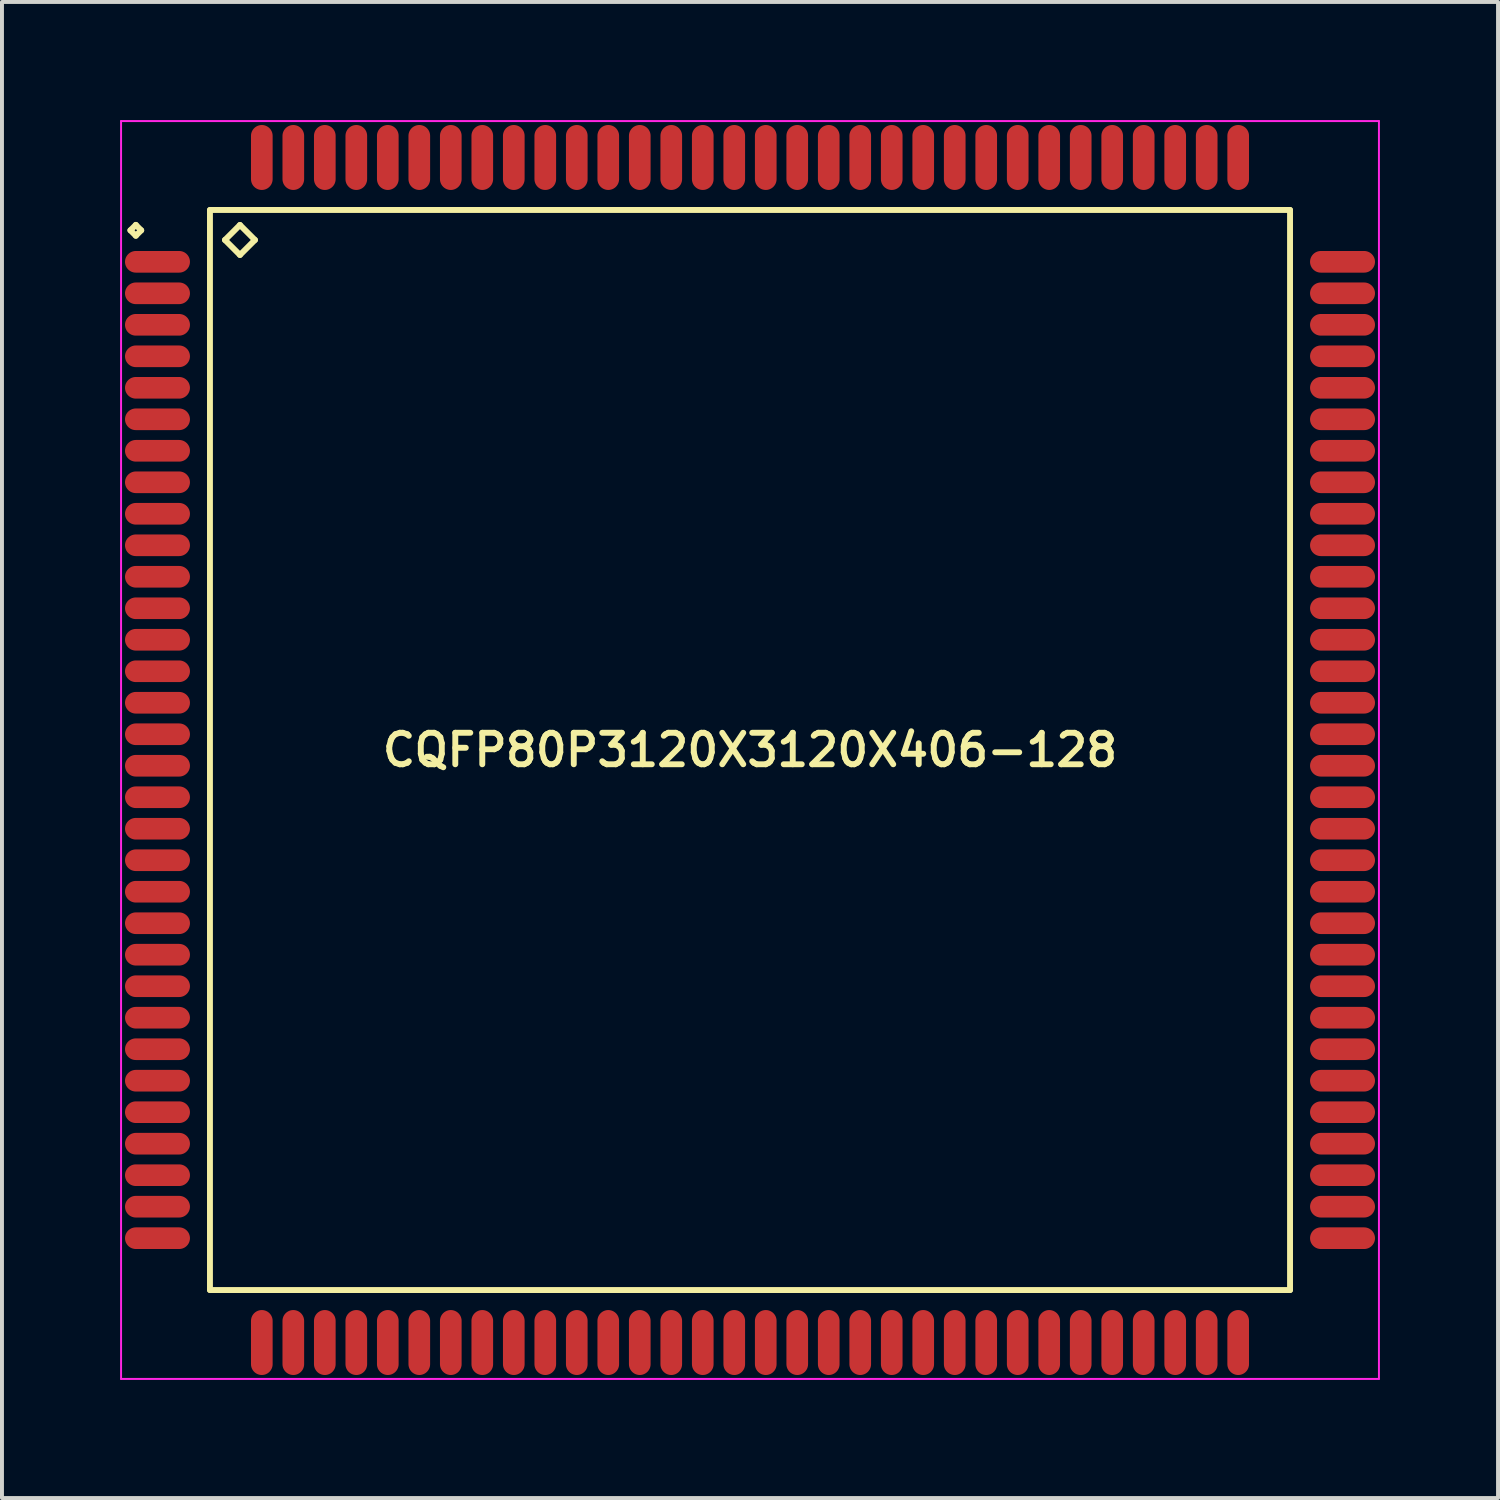
<source format=kicad_pcb>
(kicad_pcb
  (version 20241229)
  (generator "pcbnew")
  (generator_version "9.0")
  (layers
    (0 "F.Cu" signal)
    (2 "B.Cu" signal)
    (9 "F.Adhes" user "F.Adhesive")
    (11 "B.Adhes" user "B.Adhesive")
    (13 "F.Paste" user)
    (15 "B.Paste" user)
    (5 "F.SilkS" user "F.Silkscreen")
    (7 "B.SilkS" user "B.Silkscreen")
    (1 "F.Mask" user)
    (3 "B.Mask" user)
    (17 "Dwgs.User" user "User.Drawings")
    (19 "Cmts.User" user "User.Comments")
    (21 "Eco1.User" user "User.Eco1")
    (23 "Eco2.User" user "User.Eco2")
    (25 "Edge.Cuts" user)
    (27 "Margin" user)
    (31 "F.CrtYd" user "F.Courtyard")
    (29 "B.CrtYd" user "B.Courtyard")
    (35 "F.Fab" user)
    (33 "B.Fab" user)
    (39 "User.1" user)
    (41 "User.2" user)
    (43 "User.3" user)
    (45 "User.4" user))
  (footprint "CQFP80P3120X3120X406-128"
    (layer "F.Cu")
    (at 16 16)
    (property "Reference" "CQFP80P3120X3120X406-128" (at 0 0 0) (layer "F.SilkS") (effects (font (size 0.8 0.8) (thickness 0.15))))
    (attr smd)
    (fp_line (start -15.738 -13.2) (end -15.6 -13.338) (stroke (width 0.15) (type solid)) (layer "F.SilkS"))
    (fp_line (start -15.6 -13.338) (end -15.463 -13.2) (stroke (width 0.15) (type solid)) (layer "F.SilkS"))
    (fp_line (start -15.6 -13.062) (end -15.738 -13.2) (stroke (width 0.15) (type solid)) (layer "F.SilkS"))
    (fp_line (start -15.463 -13.2) (end -15.6 -13.062) (stroke (width 0.15) (type solid)) (layer "F.SilkS"))
    (fp_line (start -13.717 -13.717) (end -13.717 13.717) (stroke (width 0.15) (type solid)) (layer "F.SilkS"))
    (fp_line (start -13.717 13.717) (end 13.717 13.717) (stroke (width 0.15) (type solid)) (layer "F.SilkS"))
    (fp_line (start -13.336 -12.955) (end -12.955 -13.336) (stroke (width 0.15) (type solid)) (layer "F.SilkS"))
    (fp_line (start -12.955 -13.336) (end -12.574 -12.955) (stroke (width 0.15) (type solid)) (layer "F.SilkS"))
    (fp_line (start -12.955 -12.574) (end -13.336 -12.955) (stroke (width 0.15) (type solid)) (layer "F.SilkS"))
    (fp_line (start -12.574 -12.955) (end -12.955 -12.574) (stroke (width 0.15) (type solid)) (layer "F.SilkS"))
    (fp_line (start 13.717 -13.717) (end -13.717 -13.717) (stroke (width 0.15) (type solid)) (layer "F.SilkS"))
    (fp_line (start 13.717 13.717) (end 13.717 -13.717) (stroke (width 0.15) (type solid)) (layer "F.SilkS"))
    (fp_line (start -15.975 -15.975) (end 15.975 -15.975) (stroke (width 0.05) (type solid)) (layer "F.CrtYd"))
    (fp_line (start -15.975 15.975) (end -15.975 -15.975) (stroke (width 0.05) (type solid)) (layer "F.CrtYd"))
    (fp_line (start 15.975 -15.975) (end 15.975 15.975) (stroke (width 0.05) (type solid)) (layer "F.CrtYd"))
    (fp_line (start 15.975 15.975) (end -15.975 15.975) (stroke (width 0.05) (type solid)) (layer "F.CrtYd"))
    (pad "1" smd oval (at -15.05 -12.4) (size 1.65 0.55) (layers "F.Cu" "F.Mask" "F.Paste"))
    (pad "2" smd oval (at -15.05 -11.6) (size 1.65 0.55) (layers "F.Cu" "F.Mask" "F.Paste"))
    (pad "3" smd oval (at -15.05 -10.8) (size 1.65 0.55) (layers "F.Cu" "F.Mask" "F.Paste"))
    (pad "4" smd oval (at -15.05 -10) (size 1.65 0.55) (layers "F.Cu" "F.Mask" "F.Paste"))
    (pad "5" smd oval (at -15.05 -9.2) (size 1.65 0.55) (layers "F.Cu" "F.Mask" "F.Paste"))
    (pad "6" smd oval (at -15.05 -8.4) (size 1.65 0.55) (layers "F.Cu" "F.Mask" "F.Paste"))
    (pad "7" smd oval (at -15.05 -7.6) (size 1.65 0.55) (layers "F.Cu" "F.Mask" "F.Paste"))
    (pad "8" smd oval (at -15.05 -6.8) (size 1.65 0.55) (layers "F.Cu" "F.Mask" "F.Paste"))
    (pad "9" smd oval (at -15.05 -6) (size 1.65 0.55) (layers "F.Cu" "F.Mask" "F.Paste"))
    (pad "10" smd oval (at -15.05 -5.2) (size 1.65 0.55) (layers "F.Cu" "F.Mask" "F.Paste"))
    (pad "11" smd oval (at -15.05 -4.4) (size 1.65 0.55) (layers "F.Cu" "F.Mask" "F.Paste"))
    (pad "12" smd oval (at -15.05 -3.6) (size 1.65 0.55) (layers "F.Cu" "F.Mask" "F.Paste"))
    (pad "13" smd oval (at -15.05 -2.8) (size 1.65 0.55) (layers "F.Cu" "F.Mask" "F.Paste"))
    (pad "14" smd oval (at -15.05 -2) (size 1.65 0.55) (layers "F.Cu" "F.Mask" "F.Paste"))
    (pad "15" smd oval (at -15.05 -1.2) (size 1.65 0.55) (layers "F.Cu" "F.Mask" "F.Paste"))
    (pad "16" smd oval (at -15.05 -0.4) (size 1.65 0.55) (layers "F.Cu" "F.Mask" "F.Paste"))
    (pad "17" smd oval (at -15.05 0.4) (size 1.65 0.55) (layers "F.Cu" "F.Mask" "F.Paste"))
    (pad "18" smd oval (at -15.05 1.2) (size 1.65 0.55) (layers "F.Cu" "F.Mask" "F.Paste"))
    (pad "19" smd oval (at -15.05 2) (size 1.65 0.55) (layers "F.Cu" "F.Mask" "F.Paste"))
    (pad "20" smd oval (at -15.05 2.8) (size 1.65 0.55) (layers "F.Cu" "F.Mask" "F.Paste"))
    (pad "21" smd oval (at -15.05 3.6) (size 1.65 0.55) (layers "F.Cu" "F.Mask" "F.Paste"))
    (pad "22" smd oval (at -15.05 4.4) (size 1.65 0.55) (layers "F.Cu" "F.Mask" "F.Paste"))
    (pad "23" smd oval (at -15.05 5.2) (size 1.65 0.55) (layers "F.Cu" "F.Mask" "F.Paste"))
    (pad "24" smd oval (at -15.05 6) (size 1.65 0.55) (layers "F.Cu" "F.Mask" "F.Paste"))
    (pad "25" smd oval (at -15.05 6.8) (size 1.65 0.55) (layers "F.Cu" "F.Mask" "F.Paste"))
    (pad "26" smd oval (at -15.05 7.6) (size 1.65 0.55) (layers "F.Cu" "F.Mask" "F.Paste"))
    (pad "27" smd oval (at -15.05 8.4) (size 1.65 0.55) (layers "F.Cu" "F.Mask" "F.Paste"))
    (pad "28" smd oval (at -15.05 9.2) (size 1.65 0.55) (layers "F.Cu" "F.Mask" "F.Paste"))
    (pad "29" smd oval (at -15.05 10) (size 1.65 0.55) (layers "F.Cu" "F.Mask" "F.Paste"))
    (pad "30" smd oval (at -15.05 10.8) (size 1.65 0.55) (layers "F.Cu" "F.Mask" "F.Paste"))
    (pad "31" smd oval (at -15.05 11.6) (size 1.65 0.55) (layers "F.Cu" "F.Mask" "F.Paste"))
    (pad "32" smd oval (at -15.05 12.4) (size 1.65 0.55) (layers "F.Cu" "F.Mask" "F.Paste"))
    (pad "33" smd oval (at -12.4 15.05) (size 0.55 1.65) (layers "F.Cu" "F.Mask" "F.Paste"))
    (pad "34" smd oval (at -11.6 15.05) (size 0.55 1.65) (layers "F.Cu" "F.Mask" "F.Paste"))
    (pad "35" smd oval (at -10.8 15.05) (size 0.55 1.65) (layers "F.Cu" "F.Mask" "F.Paste"))
    (pad "36" smd oval (at -10 15.05) (size 0.55 1.65) (layers "F.Cu" "F.Mask" "F.Paste"))
    (pad "37" smd oval (at -9.2 15.05) (size 0.55 1.65) (layers "F.Cu" "F.Mask" "F.Paste"))
    (pad "38" smd oval (at -8.4 15.05) (size 0.55 1.65) (layers "F.Cu" "F.Mask" "F.Paste"))
    (pad "39" smd oval (at -7.6 15.05) (size 0.55 1.65) (layers "F.Cu" "F.Mask" "F.Paste"))
    (pad "40" smd oval (at -6.8 15.05) (size 0.55 1.65) (layers "F.Cu" "F.Mask" "F.Paste"))
    (pad "41" smd oval (at -6 15.05) (size 0.55 1.65) (layers "F.Cu" "F.Mask" "F.Paste"))
    (pad "42" smd oval (at -5.2 15.05) (size 0.55 1.65) (layers "F.Cu" "F.Mask" "F.Paste"))
    (pad "43" smd oval (at -4.4 15.05) (size 0.55 1.65) (layers "F.Cu" "F.Mask" "F.Paste"))
    (pad "44" smd oval (at -3.6 15.05) (size 0.55 1.65) (layers "F.Cu" "F.Mask" "F.Paste"))
    (pad "45" smd oval (at -2.8 15.05) (size 0.55 1.65) (layers "F.Cu" "F.Mask" "F.Paste"))
    (pad "46" smd oval (at -2 15.05) (size 0.55 1.65) (layers "F.Cu" "F.Mask" "F.Paste"))
    (pad "47" smd oval (at -1.2 15.05) (size 0.55 1.65) (layers "F.Cu" "F.Mask" "F.Paste"))
    (pad "48" smd oval (at -0.4 15.05) (size 0.55 1.65) (layers "F.Cu" "F.Mask" "F.Paste"))
    (pad "49" smd oval (at 0.4 15.05) (size 0.55 1.65) (layers "F.Cu" "F.Mask" "F.Paste"))
    (pad "50" smd oval (at 1.2 15.05) (size 0.55 1.65) (layers "F.Cu" "F.Mask" "F.Paste"))
    (pad "51" smd oval (at 2 15.05) (size 0.55 1.65) (layers "F.Cu" "F.Mask" "F.Paste"))
    (pad "52" smd oval (at 2.8 15.05) (size 0.55 1.65) (layers "F.Cu" "F.Mask" "F.Paste"))
    (pad "53" smd oval (at 3.6 15.05) (size 0.55 1.65) (layers "F.Cu" "F.Mask" "F.Paste"))
    (pad "54" smd oval (at 4.4 15.05) (size 0.55 1.65) (layers "F.Cu" "F.Mask" "F.Paste"))
    (pad "55" smd oval (at 5.2 15.05) (size 0.55 1.65) (layers "F.Cu" "F.Mask" "F.Paste"))
    (pad "56" smd oval (at 6 15.05) (size 0.55 1.65) (layers "F.Cu" "F.Mask" "F.Paste"))
    (pad "57" smd oval (at 6.8 15.05) (size 0.55 1.65) (layers "F.Cu" "F.Mask" "F.Paste"))
    (pad "58" smd oval (at 7.6 15.05) (size 0.55 1.65) (layers "F.Cu" "F.Mask" "F.Paste"))
    (pad "59" smd oval (at 8.4 15.05) (size 0.55 1.65) (layers "F.Cu" "F.Mask" "F.Paste"))
    (pad "60" smd oval (at 9.2 15.05) (size 0.55 1.65) (layers "F.Cu" "F.Mask" "F.Paste"))
    (pad "61" smd oval (at 10 15.05) (size 0.55 1.65) (layers "F.Cu" "F.Mask" "F.Paste"))
    (pad "62" smd oval (at 10.8 15.05) (size 0.55 1.65) (layers "F.Cu" "F.Mask" "F.Paste"))
    (pad "63" smd oval (at 11.6 15.05) (size 0.55 1.65) (layers "F.Cu" "F.Mask" "F.Paste"))
    (pad "64" smd oval (at 12.4 15.05) (size 0.55 1.65) (layers "F.Cu" "F.Mask" "F.Paste"))
    (pad "65" smd oval (at 15.05 12.4) (size 1.65 0.55) (layers "F.Cu" "F.Mask" "F.Paste"))
    (pad "66" smd oval (at 15.05 11.6) (size 1.65 0.55) (layers "F.Cu" "F.Mask" "F.Paste"))
    (pad "67" smd oval (at 15.05 10.8) (size 1.65 0.55) (layers "F.Cu" "F.Mask" "F.Paste"))
    (pad "68" smd oval (at 15.05 10) (size 1.65 0.55) (layers "F.Cu" "F.Mask" "F.Paste"))
    (pad "69" smd oval (at 15.05 9.2) (size 1.65 0.55) (layers "F.Cu" "F.Mask" "F.Paste"))
    (pad "70" smd oval (at 15.05 8.4) (size 1.65 0.55) (layers "F.Cu" "F.Mask" "F.Paste"))
    (pad "71" smd oval (at 15.05 7.6) (size 1.65 0.55) (layers "F.Cu" "F.Mask" "F.Paste"))
    (pad "72" smd oval (at 15.05 6.8) (size 1.65 0.55) (layers "F.Cu" "F.Mask" "F.Paste"))
    (pad "73" smd oval (at 15.05 6) (size 1.65 0.55) (layers "F.Cu" "F.Mask" "F.Paste"))
    (pad "74" smd oval (at 15.05 5.2) (size 1.65 0.55) (layers "F.Cu" "F.Mask" "F.Paste"))
    (pad "75" smd oval (at 15.05 4.4) (size 1.65 0.55) (layers "F.Cu" "F.Mask" "F.Paste"))
    (pad "76" smd oval (at 15.05 3.6) (size 1.65 0.55) (layers "F.Cu" "F.Mask" "F.Paste"))
    (pad "77" smd oval (at 15.05 2.8) (size 1.65 0.55) (layers "F.Cu" "F.Mask" "F.Paste"))
    (pad "78" smd oval (at 15.05 2) (size 1.65 0.55) (layers "F.Cu" "F.Mask" "F.Paste"))
    (pad "79" smd oval (at 15.05 1.2) (size 1.65 0.55) (layers "F.Cu" "F.Mask" "F.Paste"))
    (pad "80" smd oval (at 15.05 0.4) (size 1.65 0.55) (layers "F.Cu" "F.Mask" "F.Paste"))
    (pad "81" smd oval (at 15.05 -0.4) (size 1.65 0.55) (layers "F.Cu" "F.Mask" "F.Paste"))
    (pad "82" smd oval (at 15.05 -1.2) (size 1.65 0.55) (layers "F.Cu" "F.Mask" "F.Paste"))
    (pad "83" smd oval (at 15.05 -2) (size 1.65 0.55) (layers "F.Cu" "F.Mask" "F.Paste"))
    (pad "84" smd oval (at 15.05 -2.8) (size 1.65 0.55) (layers "F.Cu" "F.Mask" "F.Paste"))
    (pad "85" smd oval (at 15.05 -3.6) (size 1.65 0.55) (layers "F.Cu" "F.Mask" "F.Paste"))
    (pad "86" smd oval (at 15.05 -4.4) (size 1.65 0.55) (layers "F.Cu" "F.Mask" "F.Paste"))
    (pad "87" smd oval (at 15.05 -5.2) (size 1.65 0.55) (layers "F.Cu" "F.Mask" "F.Paste"))
    (pad "88" smd oval (at 15.05 -6) (size 1.65 0.55) (layers "F.Cu" "F.Mask" "F.Paste"))
    (pad "89" smd oval (at 15.05 -6.8) (size 1.65 0.55) (layers "F.Cu" "F.Mask" "F.Paste"))
    (pad "90" smd oval (at 15.05 -7.6) (size 1.65 0.55) (layers "F.Cu" "F.Mask" "F.Paste"))
    (pad "91" smd oval (at 15.05 -8.4) (size 1.65 0.55) (layers "F.Cu" "F.Mask" "F.Paste"))
    (pad "92" smd oval (at 15.05 -9.2) (size 1.65 0.55) (layers "F.Cu" "F.Mask" "F.Paste"))
    (pad "93" smd oval (at 15.05 -10) (size 1.65 0.55) (layers "F.Cu" "F.Mask" "F.Paste"))
    (pad "94" smd oval (at 15.05 -10.8) (size 1.65 0.55) (layers "F.Cu" "F.Mask" "F.Paste"))
    (pad "95" smd oval (at 15.05 -11.6) (size 1.65 0.55) (layers "F.Cu" "F.Mask" "F.Paste"))
    (pad "96" smd oval (at 15.05 -12.4) (size 1.65 0.55) (layers "F.Cu" "F.Mask" "F.Paste"))
    (pad "97" smd oval (at 12.4 -15.05) (size 0.55 1.65) (layers "F.Cu" "F.Mask" "F.Paste"))
    (pad "98" smd oval (at 11.6 -15.05) (size 0.55 1.65) (layers "F.Cu" "F.Mask" "F.Paste"))
    (pad "99" smd oval (at 10.8 -15.05) (size 0.55 1.65) (layers "F.Cu" "F.Mask" "F.Paste"))
    (pad "100" smd oval (at 10 -15.05) (size 0.55 1.65) (layers "F.Cu" "F.Mask" "F.Paste"))
    (pad "101" smd oval (at 9.2 -15.05) (size 0.55 1.65) (layers "F.Cu" "F.Mask" "F.Paste"))
    (pad "102" smd oval (at 8.4 -15.05) (size 0.55 1.65) (layers "F.Cu" "F.Mask" "F.Paste"))
    (pad "103" smd oval (at 7.6 -15.05) (size 0.55 1.65) (layers "F.Cu" "F.Mask" "F.Paste"))
    (pad "104" smd oval (at 6.8 -15.05) (size 0.55 1.65) (layers "F.Cu" "F.Mask" "F.Paste"))
    (pad "105" smd oval (at 6 -15.05) (size 0.55 1.65) (layers "F.Cu" "F.Mask" "F.Paste"))
    (pad "106" smd oval (at 5.2 -15.05) (size 0.55 1.65) (layers "F.Cu" "F.Mask" "F.Paste"))
    (pad "107" smd oval (at 4.4 -15.05) (size 0.55 1.65) (layers "F.Cu" "F.Mask" "F.Paste"))
    (pad "108" smd oval (at 3.6 -15.05) (size 0.55 1.65) (layers "F.Cu" "F.Mask" "F.Paste"))
    (pad "109" smd oval (at 2.8 -15.05) (size 0.55 1.65) (layers "F.Cu" "F.Mask" "F.Paste"))
    (pad "110" smd oval (at 2 -15.05) (size 0.55 1.65) (layers "F.Cu" "F.Mask" "F.Paste"))
    (pad "111" smd oval (at 1.2 -15.05) (size 0.55 1.65) (layers "F.Cu" "F.Mask" "F.Paste"))
    (pad "112" smd oval (at 0.4 -15.05) (size 0.55 1.65) (layers "F.Cu" "F.Mask" "F.Paste"))
    (pad "113" smd oval (at -0.4 -15.05) (size 0.55 1.65) (layers "F.Cu" "F.Mask" "F.Paste"))
    (pad "114" smd oval (at -1.2 -15.05) (size 0.55 1.65) (layers "F.Cu" "F.Mask" "F.Paste"))
    (pad "115" smd oval (at -2 -15.05) (size 0.55 1.65) (layers "F.Cu" "F.Mask" "F.Paste"))
    (pad "116" smd oval (at -2.8 -15.05) (size 0.55 1.65) (layers "F.Cu" "F.Mask" "F.Paste"))
    (pad "117" smd oval (at -3.6 -15.05) (size 0.55 1.65) (layers "F.Cu" "F.Mask" "F.Paste"))
    (pad "118" smd oval (at -4.4 -15.05) (size 0.55 1.65) (layers "F.Cu" "F.Mask" "F.Paste"))
    (pad "119" smd oval (at -5.2 -15.05) (size 0.55 1.65) (layers "F.Cu" "F.Mask" "F.Paste"))
    (pad "120" smd oval (at -6 -15.05) (size 0.55 1.65) (layers "F.Cu" "F.Mask" "F.Paste"))
    (pad "121" smd oval (at -6.8 -15.05) (size 0.55 1.65) (layers "F.Cu" "F.Mask" "F.Paste"))
    (pad "122" smd oval (at -7.6 -15.05) (size 0.55 1.65) (layers "F.Cu" "F.Mask" "F.Paste"))
    (pad "123" smd oval (at -8.4 -15.05) (size 0.55 1.65) (layers "F.Cu" "F.Mask" "F.Paste"))
    (pad "124" smd oval (at -9.2 -15.05) (size 0.55 1.65) (layers "F.Cu" "F.Mask" "F.Paste"))
    (pad "125" smd oval (at -10 -15.05) (size 0.55 1.65) (layers "F.Cu" "F.Mask" "F.Paste"))
    (pad "126" smd oval (at -10.8 -15.05) (size 0.55 1.65) (layers "F.Cu" "F.Mask" "F.Paste"))
    (pad "127" smd oval (at -11.6 -15.05) (size 0.55 1.65) (layers "F.Cu" "F.Mask" "F.Paste"))
    (pad "128" smd oval (at -12.4 -15.05) (size 0.55 1.65) (layers "F.Cu" "F.Mask" "F.Paste")))
  (gr_rect
    (start -3 -3)
    (end 35 35)
    (stroke (width 0.1) (type default))
    (fill no)
    (layer "Edge.Cuts")))
</source>
